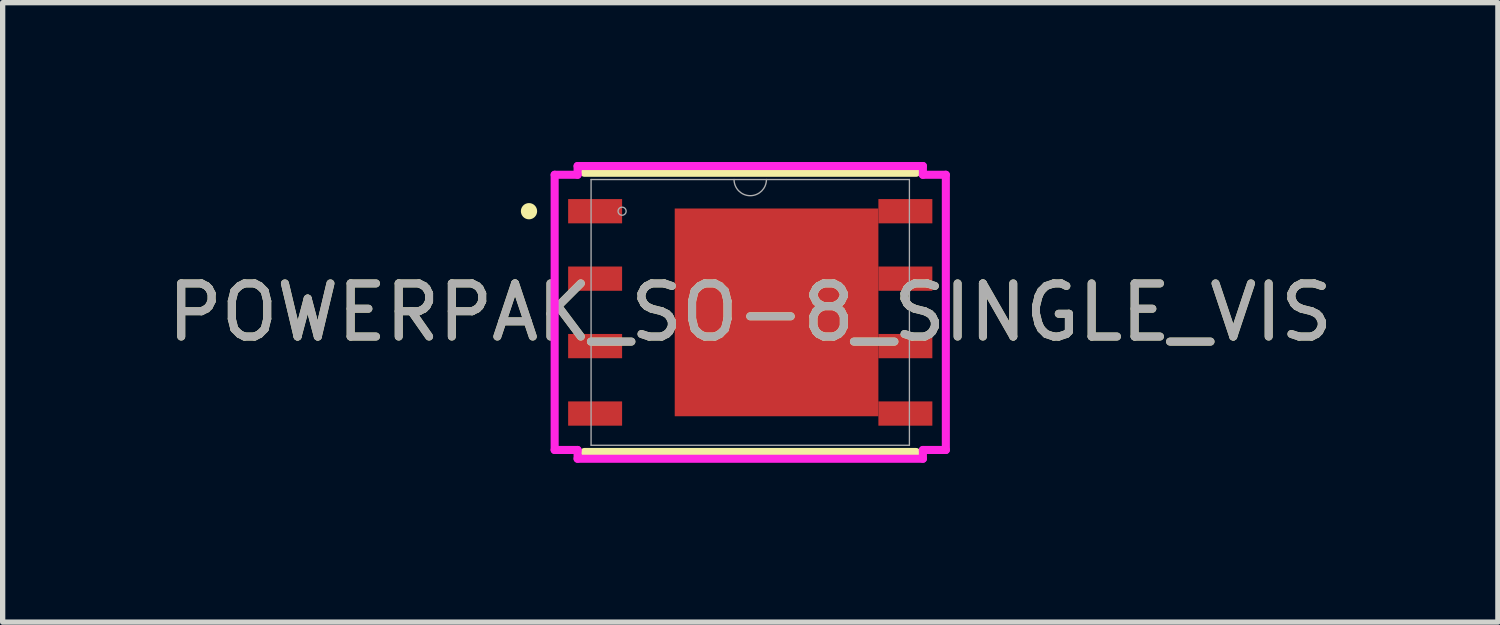
<source format=kicad_pcb>
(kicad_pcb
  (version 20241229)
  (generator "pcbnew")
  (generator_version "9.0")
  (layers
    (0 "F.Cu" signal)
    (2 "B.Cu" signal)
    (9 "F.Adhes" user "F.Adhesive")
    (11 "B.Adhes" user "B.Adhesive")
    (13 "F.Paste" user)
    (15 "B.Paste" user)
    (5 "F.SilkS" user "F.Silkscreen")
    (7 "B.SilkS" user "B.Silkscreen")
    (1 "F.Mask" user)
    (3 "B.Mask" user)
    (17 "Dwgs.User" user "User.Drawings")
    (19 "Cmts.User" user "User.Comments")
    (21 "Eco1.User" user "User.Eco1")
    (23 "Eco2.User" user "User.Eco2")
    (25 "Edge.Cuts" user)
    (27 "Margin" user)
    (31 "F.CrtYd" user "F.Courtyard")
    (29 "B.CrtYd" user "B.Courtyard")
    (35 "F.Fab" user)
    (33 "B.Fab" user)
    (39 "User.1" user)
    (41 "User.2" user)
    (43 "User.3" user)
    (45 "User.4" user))
  (footprint "POWERPAK_SO-8_SINGLE_VIS"
    (layer "F.Cu")
    (at 11.077 2.832)
    (property "Reference" "POWERPAK_SO-8_SINGLE_VIS" (at 0 0 0) (unlocked yes) (layer "F.SilkS") (effects (font (size 1 1) (thickness 0.15))))
    (attr smd)
    (fp_poly (pts (xy 2.413 -1.956) (xy -1.422 -1.956) (xy -1.422 1.956) (xy 2.413 1.956)) (stroke (width 0) (type solid)) (fill yes) (layer "F.Cu"))
    (fp_poly (pts (xy 2.413 -1.956) (xy -1.422 -1.956) (xy -1.422 1.956) (xy 2.413 1.956)) (stroke (width 0) (type solid)) (fill yes) (layer "F.Mask"))
    (fp_line (start -3.124 2.629) (end 3.124 2.629) (stroke (width 0.152) (type solid)) (layer "F.SilkS"))
    (fp_line (start 3.124 -2.629) (end -3.124 -2.629) (stroke (width 0.152) (type solid)) (layer "F.SilkS"))
    (fp_circle (center -4.166 -1.905) (end -4.089 -1.905) (stroke (width 0.152) (type solid)) (fill no) (layer "F.SilkS"))
    (fp_poly (pts (xy 2.413 -1.956) (xy -1.422 -1.956) (xy -1.422 1.956) (xy 2.413 1.956)) (stroke (width 0) (type solid)) (fill yes) (layer "F.Paste"))
    (fp_line (start -3.683 -2.591) (end -3.251 -2.591) (stroke (width 0.152) (type solid)) (layer "F.CrtYd"))
    (fp_line (start -3.683 2.591) (end -3.683 -2.591) (stroke (width 0.152) (type solid)) (layer "F.CrtYd"))
    (fp_line (start -3.683 2.591) (end -3.251 2.591) (stroke (width 0.152) (type solid)) (layer "F.CrtYd"))
    (fp_line (start -3.251 -2.756) (end 3.251 -2.756) (stroke (width 0.152) (type solid)) (layer "F.CrtYd"))
    (fp_line (start -3.251 -2.591) (end -3.251 -2.756) (stroke (width 0.152) (type solid)) (layer "F.CrtYd"))
    (fp_line (start -3.251 2.756) (end -3.251 2.591) (stroke (width 0.152) (type solid)) (layer "F.CrtYd"))
    (fp_line (start 3.251 -2.756) (end 3.251 -2.591) (stroke (width 0.152) (type solid)) (layer "F.CrtYd"))
    (fp_line (start 3.251 2.591) (end 3.251 2.756) (stroke (width 0.152) (type solid)) (layer "F.CrtYd"))
    (fp_line (start 3.251 2.756) (end -3.251 2.756) (stroke (width 0.152) (type solid)) (layer "F.CrtYd"))
    (fp_line (start 3.683 -2.591) (end 3.251 -2.591) (stroke (width 0.152) (type solid)) (layer "F.CrtYd"))
    (fp_line (start 3.683 -2.591) (end 3.683 2.591) (stroke (width 0.152) (type solid)) (layer "F.CrtYd"))
    (fp_line (start 3.683 2.591) (end 3.251 2.591) (stroke (width 0.152) (type solid)) (layer "F.CrtYd"))
    (fp_line (start -2.997 -2.502) (end -2.997 2.502) (stroke (width 0.025) (type solid)) (layer "F.Fab"))
    (fp_line (start -2.997 2.502) (end 2.997 2.502) (stroke (width 0.025) (type solid)) (layer "F.Fab"))
    (fp_line (start 2.997 -2.502) (end -2.997 -2.502) (stroke (width 0.025) (type solid)) (layer "F.Fab"))
    (fp_line (start 2.997 2.502) (end 2.997 -2.502) (stroke (width 0.025) (type solid)) (layer "F.Fab"))
    (fp_arc (start 0.3048 -2.5019) (mid 0 -2.1971) (end -0.3048 -2.5019) (stroke (width 0.0254) (type solid)) (layer "F.Fab"))
    (fp_circle (center -2.413 -1.905) (end -2.337 -1.905) (stroke (width 0.025) (type solid)) (fill no) (layer "F.Fab"))
    (fp_text user "${REFERENCE}" (at 0 0 0) (unlocked yes) (layer "F.Fab") (effects (font (size 1 1) (thickness 0.15))))
    (pad "1" smd rect (at -2.921 -1.905) (size 1.016 0.457) (layers "F.Cu" "F.Mask" "F.Paste"))
    (pad "2" smd rect (at -2.921 -0.635) (size 1.016 0.457) (layers "F.Cu" "F.Mask" "F.Paste"))
    (pad "3" smd rect (at -2.921 0.635) (size 1.016 0.457) (layers "F.Cu" "F.Mask" "F.Paste"))
    (pad "4" smd rect (at -2.921 1.905) (size 1.016 0.457) (layers "F.Cu" "F.Mask" "F.Paste"))
    (pad "5" smd rect (at 2.921 1.905) (size 1.016 0.457) (layers "F.Cu" "F.Mask" "F.Paste"))
    (pad "6" smd rect (at 2.921 0.635) (size 1.016 0.457) (layers "F.Cu" "F.Mask" "F.Paste"))
    (pad "7" smd rect (at 2.921 -0.635) (size 1.016 0.457) (layers "F.Cu" "F.Mask" "F.Paste"))
    (pad "8" smd rect (at 2.921 -1.905) (size 1.016 0.457) (layers "F.Cu" "F.Mask" "F.Paste")))
  (gr_rect
    (start -3 -3)
    (end 25.155 8.664)
    (stroke (width 0.1) (type default))
    (fill no)
    (layer "Edge.Cuts")))
</source>
